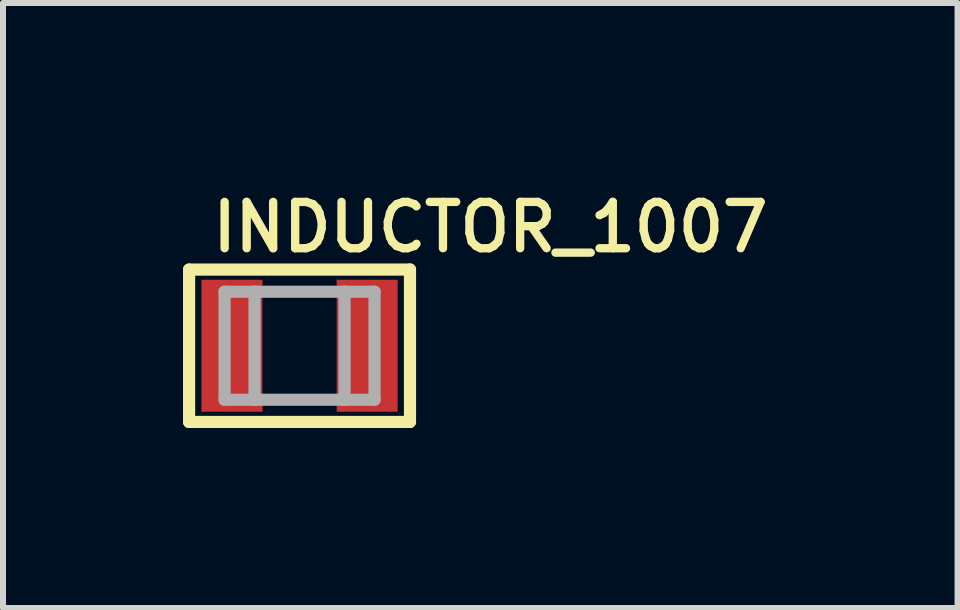
<source format=kicad_pcb>
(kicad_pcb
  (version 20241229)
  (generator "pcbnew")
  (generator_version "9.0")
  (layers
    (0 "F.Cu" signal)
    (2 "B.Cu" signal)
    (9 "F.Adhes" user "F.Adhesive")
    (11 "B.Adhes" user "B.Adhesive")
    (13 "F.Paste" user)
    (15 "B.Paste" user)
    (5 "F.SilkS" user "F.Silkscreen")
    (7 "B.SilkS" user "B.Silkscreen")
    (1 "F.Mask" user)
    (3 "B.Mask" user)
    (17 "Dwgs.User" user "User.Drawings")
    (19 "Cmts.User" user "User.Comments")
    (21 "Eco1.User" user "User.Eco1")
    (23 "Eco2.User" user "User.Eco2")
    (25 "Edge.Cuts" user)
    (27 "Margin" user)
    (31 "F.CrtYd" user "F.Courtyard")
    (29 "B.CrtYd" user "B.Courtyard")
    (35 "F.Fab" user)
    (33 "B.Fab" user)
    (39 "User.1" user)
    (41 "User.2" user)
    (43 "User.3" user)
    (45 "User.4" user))
  (footprint "INDUCTOR_1007"
    (layer "F.Cu")
    (at 1.943 2.713)
    (property "Reference" "INDUCTOR_1007" (at -1.524 -1.524 180) (layer "F.SilkS") (effects (font (size 0.772 0.772) (thickness 0.139)) (justify left bottom)))
    (attr through_hole)
    (fp_line (start -1.841 -1.27) (end 1.841 -1.27) (stroke (width 0.203) (type solid)) (layer "F.SilkS"))
    (fp_line (start -1.841 1.27) (end -1.841 -1.27) (stroke (width 0.203) (type solid)) (layer "F.SilkS"))
    (fp_line (start 1.841 -1.27) (end 1.841 1.27) (stroke (width 0.203) (type solid)) (layer "F.SilkS"))
    (fp_line (start 1.841 1.27) (end -1.841 1.27) (stroke (width 0.203) (type solid)) (layer "F.SilkS"))
    (fp_line (start -1.25 -0.9) (end -0.75 -0.9) (stroke (width 0.203) (type solid)) (layer "F.Fab"))
    (fp_line (start -1.25 0.9) (end -1.25 -0.9) (stroke (width 0.203) (type solid)) (layer "F.Fab"))
    (fp_line (start -1.25 0.9) (end -0.75 0.9) (stroke (width 0.203) (type solid)) (layer "F.Fab"))
    (fp_line (start -0.75 -0.9) (end 0.75 -0.9) (stroke (width 0.203) (type solid)) (layer "F.Fab"))
    (fp_line (start -0.75 0.9) (end -0.75 -0.9) (stroke (width 0.203) (type solid)) (layer "F.Fab"))
    (fp_line (start -0.75 0.9) (end 0.75 0.9) (stroke (width 0.203) (type solid)) (layer "F.Fab"))
    (fp_line (start 0.75 -0.9) (end 1.25 -0.9) (stroke (width 0.203) (type solid)) (layer "F.Fab"))
    (fp_line (start 0.75 0.9) (end 0.75 -0.9) (stroke (width 0.203) (type solid)) (layer "F.Fab"))
    (fp_line (start 0.75 0.9) (end 1.25 0.9) (stroke (width 0.203) (type solid)) (layer "F.Fab"))
    (fp_line (start 1.25 0.9) (end 1.25 -0.9) (stroke (width 0.203) (type solid)) (layer "F.Fab"))
    (pad "P$1" smd rect (at -1.127 0) (size 1.016 2.2) (layers "F.Cu" "F.Mask" "F.Paste"))
    (pad "P$2" smd rect (at 1.127 0) (size 1.016 2.2) (layers "F.Cu" "F.Mask" "F.Paste")))
  (gr_rect
    (start -3 -3)
    (end 12.911 7.085)
    (stroke (width 0.1) (type default))
    (fill no)
    (layer "Edge.Cuts")))
</source>
